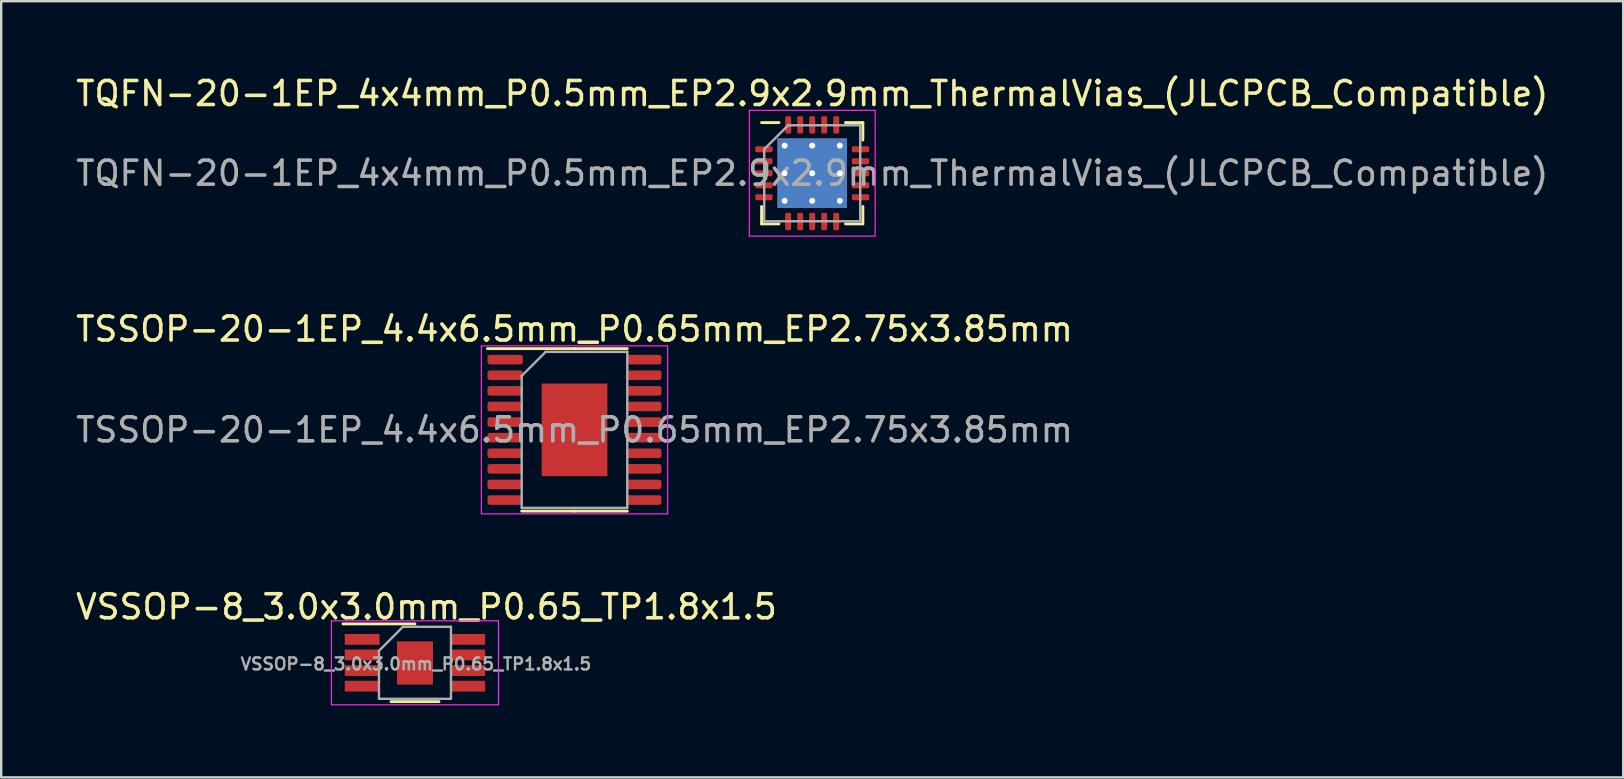
<source format=kicad_pcb>
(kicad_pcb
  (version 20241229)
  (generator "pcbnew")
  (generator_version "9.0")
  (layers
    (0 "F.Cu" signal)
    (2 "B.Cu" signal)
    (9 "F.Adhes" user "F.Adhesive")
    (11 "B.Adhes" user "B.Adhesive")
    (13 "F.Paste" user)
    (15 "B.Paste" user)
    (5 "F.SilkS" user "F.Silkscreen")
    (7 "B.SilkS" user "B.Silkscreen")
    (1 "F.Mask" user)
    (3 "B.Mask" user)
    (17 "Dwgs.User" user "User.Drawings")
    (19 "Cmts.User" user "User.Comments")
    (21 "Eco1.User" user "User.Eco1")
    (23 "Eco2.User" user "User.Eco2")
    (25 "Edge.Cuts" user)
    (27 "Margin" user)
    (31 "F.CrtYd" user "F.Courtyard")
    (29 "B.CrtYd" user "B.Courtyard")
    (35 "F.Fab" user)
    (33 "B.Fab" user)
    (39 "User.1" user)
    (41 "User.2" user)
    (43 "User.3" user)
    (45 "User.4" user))
  (footprint "TSSOP-20-1EP_4.4x6.5mm_P0.65mm_EP2.75x3.85mm"
    (layer "F.Cu")
    (at 20.887 14.861)
    (property "Reference" "TSSOP-20-1EP_4.4x6.5mm_P0.65mm_EP2.75x3.85mm" (at 0 -4.2 0) (layer "F.SilkS") (effects (font (size 1 1) (thickness 0.15))))
    (attr smd)
    (fp_line (start 0 -3.385) (end -3.625 -3.385) (stroke (width 0.12) (type solid)) (layer "F.SilkS"))
    (fp_line (start 0 -3.385) (end 2.2 -3.385) (stroke (width 0.12) (type solid)) (layer "F.SilkS"))
    (fp_line (start 0 3.385) (end -2.2 3.385) (stroke (width 0.12) (type solid)) (layer "F.SilkS"))
    (fp_line (start 0 3.385) (end 2.2 3.385) (stroke (width 0.12) (type solid)) (layer "F.SilkS"))
    (fp_line (start -3.88 -3.5) (end -3.88 3.5) (stroke (width 0.05) (type solid)) (layer "F.CrtYd"))
    (fp_line (start -3.88 3.5) (end 3.88 3.5) (stroke (width 0.05) (type solid)) (layer "F.CrtYd"))
    (fp_line (start 3.88 -3.5) (end -3.88 -3.5) (stroke (width 0.05) (type solid)) (layer "F.CrtYd"))
    (fp_line (start 3.88 3.5) (end 3.88 -3.5) (stroke (width 0.05) (type solid)) (layer "F.CrtYd"))
    (fp_line (start -2.2 -2.25) (end -1.2 -3.25) (stroke (width 0.1) (type solid)) (layer "F.Fab"))
    (fp_line (start -2.2 3.25) (end -2.2 -2.25) (stroke (width 0.1) (type solid)) (layer "F.Fab"))
    (fp_line (start -1.2 -3.25) (end 2.2 -3.25) (stroke (width 0.1) (type solid)) (layer "F.Fab"))
    (fp_line (start 2.2 -3.25) (end 2.2 3.25) (stroke (width 0.1) (type solid)) (layer "F.Fab"))
    (fp_line (start 2.2 3.25) (end -2.2 3.25) (stroke (width 0.1) (type solid)) (layer "F.Fab"))
    (fp_text user "${REFERENCE}" (at 0 0 0) (layer "F.Fab") (effects (font (size 1 1) (thickness 0.15))))
    (pad "" smd roundrect (at -0.703 -1.032) (size 1.195 1.735) (layers "F.Paste") (roundrect_rratio 0.25))
    (pad "" smd roundrect (at -0.703 1.032) (size 1.195 1.735) (layers "F.Paste") (roundrect_rratio 0.25))
    (pad "" smd roundrect (at 0.703 -1.032) (size 1.195 1.735) (layers "F.Paste") (roundrect_rratio 0.25))
    (pad "" smd roundrect (at 0.703 1.032) (size 1.195 1.735) (layers "F.Paste") (roundrect_rratio 0.25))
    (pad "1" smd roundrect (at -2.888 -2.925) (size 1.475 0.4) (layers "F.Cu" "F.Mask" "F.Paste") (roundrect_rratio 0.25))
    (pad "2" smd roundrect (at -2.888 -2.275) (size 1.475 0.4) (layers "F.Cu" "F.Mask" "F.Paste") (roundrect_rratio 0.25))
    (pad "3" smd roundrect (at -2.888 -1.625) (size 1.475 0.4) (layers "F.Cu" "F.Mask" "F.Paste") (roundrect_rratio 0.25))
    (pad "4" smd roundrect (at -2.888 -0.975) (size 1.475 0.4) (layers "F.Cu" "F.Mask" "F.Paste") (roundrect_rratio 0.25))
    (pad "5" smd roundrect (at -2.888 -0.325) (size 1.475 0.4) (layers "F.Cu" "F.Mask" "F.Paste") (roundrect_rratio 0.25))
    (pad "6" smd roundrect (at -2.888 0.325) (size 1.475 0.4) (layers "F.Cu" "F.Mask" "F.Paste") (roundrect_rratio 0.25))
    (pad "7" smd roundrect (at -2.888 0.975) (size 1.475 0.4) (layers "F.Cu" "F.Mask" "F.Paste") (roundrect_rratio 0.25))
    (pad "8" smd roundrect (at -2.888 1.625) (size 1.475 0.4) (layers "F.Cu" "F.Mask" "F.Paste") (roundrect_rratio 0.25))
    (pad "9" smd roundrect (at -2.888 2.275) (size 1.475 0.4) (layers "F.Cu" "F.Mask" "F.Paste") (roundrect_rratio 0.25))
    (pad "10" smd roundrect (at -2.888 2.925) (size 1.475 0.4) (layers "F.Cu" "F.Mask" "F.Paste") (roundrect_rratio 0.25))
    (pad "11" smd roundrect (at 2.888 2.925) (size 1.475 0.4) (layers "F.Cu" "F.Mask" "F.Paste") (roundrect_rratio 0.25))
    (pad "12" smd roundrect (at 2.888 2.275) (size 1.475 0.4) (layers "F.Cu" "F.Mask" "F.Paste") (roundrect_rratio 0.25))
    (pad "13" smd roundrect (at 2.888 1.625) (size 1.475 0.4) (layers "F.Cu" "F.Mask" "F.Paste") (roundrect_rratio 0.25))
    (pad "14" smd roundrect (at 2.888 0.975) (size 1.475 0.4) (layers "F.Cu" "F.Mask" "F.Paste") (roundrect_rratio 0.25))
    (pad "15" smd roundrect (at 2.888 0.325) (size 1.475 0.4) (layers "F.Cu" "F.Mask" "F.Paste") (roundrect_rratio 0.25))
    (pad "16" smd roundrect (at 2.888 -0.325) (size 1.475 0.4) (layers "F.Cu" "F.Mask" "F.Paste") (roundrect_rratio 0.25))
    (pad "17" smd roundrect (at 2.888 -0.975) (size 1.475 0.4) (layers "F.Cu" "F.Mask" "F.Paste") (roundrect_rratio 0.25))
    (pad "18" smd roundrect (at 2.888 -1.625) (size 1.475 0.4) (layers "F.Cu" "F.Mask" "F.Paste") (roundrect_rratio 0.25))
    (pad "19" smd roundrect (at 2.888 -2.275) (size 1.475 0.4) (layers "F.Cu" "F.Mask" "F.Paste") (roundrect_rratio 0.25))
    (pad "20" smd roundrect (at 2.888 -2.925) (size 1.475 0.4) (layers "F.Cu" "F.Mask" "F.Paste") (roundrect_rratio 0.25))
    (pad "21" smd rect (at 0 0) (size 2.74 3.86) (layers "F.Cu" "F.Mask")))
  (footprint "TQFN-20-1EP_4x4mm_P0.5mm_EP2.9x2.9mm_ThermalVias_(JLCPCB_Compatible)"
    (layer "F.Cu")
    (at 30.792 4.168)
    (property "Reference" "TQFN-20-1EP_4x4mm_P0.5mm_EP2.9x2.9mm_ThermalVias_(JLCPCB_Compatible)" (at 0 -3.32 0) (layer "F.SilkS") (effects (font (size 1 1) (thickness 0.15))))
    (attr smd)
    (fp_line (start -2.11 2.11) (end -2.11 1.385) (stroke (width 0.12) (type solid)) (layer "F.SilkS"))
    (fp_line (start -1.385 -2.11) (end -2.11 -2.11) (stroke (width 0.12) (type solid)) (layer "F.SilkS"))
    (fp_line (start -1.385 2.11) (end -2.11 2.11) (stroke (width 0.12) (type solid)) (layer "F.SilkS"))
    (fp_line (start 1.385 -2.11) (end 2.11 -2.11) (stroke (width 0.12) (type solid)) (layer "F.SilkS"))
    (fp_line (start 1.385 2.11) (end 2.11 2.11) (stroke (width 0.12) (type solid)) (layer "F.SilkS"))
    (fp_line (start 2.11 -2.11) (end 2.11 -1.385) (stroke (width 0.12) (type solid)) (layer "F.SilkS"))
    (fp_line (start 2.11 2.11) (end 2.11 1.385) (stroke (width 0.12) (type solid)) (layer "F.SilkS"))
    (fp_line (start -2.62 -2.62) (end -2.62 2.62) (stroke (width 0.05) (type solid)) (layer "F.CrtYd"))
    (fp_line (start -2.62 2.62) (end 2.62 2.62) (stroke (width 0.05) (type solid)) (layer "F.CrtYd"))
    (fp_line (start 2.62 -2.62) (end -2.62 -2.62) (stroke (width 0.05) (type solid)) (layer "F.CrtYd"))
    (fp_line (start 2.62 2.62) (end 2.62 -2.62) (stroke (width 0.05) (type solid)) (layer "F.CrtYd"))
    (fp_line (start -2 -1) (end -1 -2) (stroke (width 0.1) (type solid)) (layer "F.Fab"))
    (fp_line (start -2 2) (end -2 -1) (stroke (width 0.1) (type solid)) (layer "F.Fab"))
    (fp_line (start -1 -2) (end 2 -2) (stroke (width 0.1) (type solid)) (layer "F.Fab"))
    (fp_line (start 2 -2) (end 2 2) (stroke (width 0.1) (type solid)) (layer "F.Fab"))
    (fp_line (start 2 2) (end -2 2) (stroke (width 0.1) (type solid)) (layer "F.Fab"))
    (fp_text user "${REFERENCE}" (at 0 0 0) (layer "F.Fab") (effects (font (size 1 1) (thickness 0.15))))
    (pad "" smd roundrect (at -0.725 -0.725 180) (size 1.26 1.26) (layers "F.Paste") (roundrect_rratio 0.198))
    (pad "" smd roundrect (at -0.725 0.725) (size 1.26 1.26) (layers "F.Paste") (roundrect_rratio 0.198))
    (pad "" smd roundrect (at 0.725 -0.725) (size 1.26 1.26) (layers "F.Paste") (roundrect_rratio 0.198))
    (pad "" smd roundrect (at 0.725 0.725) (size 1.26 1.26) (layers "F.Paste") (roundrect_rratio 0.198))
    (pad "1" smd roundrect (at -2.013 -1) (size 0.725 0.25) (layers "F.Cu" "F.Mask" "F.Paste") (roundrect_rratio 0.25))
    (pad "2" smd roundrect (at -2.013 -0.5) (size 0.725 0.25) (layers "F.Cu" "F.Mask" "F.Paste") (roundrect_rratio 0.25))
    (pad "3" smd roundrect (at -2.013 0) (size 0.725 0.25) (layers "F.Cu" "F.Mask" "F.Paste") (roundrect_rratio 0.25))
    (pad "4" smd roundrect (at -2.013 0.5) (size 0.725 0.25) (layers "F.Cu" "F.Mask" "F.Paste") (roundrect_rratio 0.25))
    (pad "5" smd roundrect (at -2.013 1) (size 0.725 0.25) (layers "F.Cu" "F.Mask" "F.Paste") (roundrect_rratio 0.25))
    (pad "6" smd roundrect (at -1 2.013) (size 0.25 0.725) (layers "F.Cu" "F.Mask" "F.Paste") (roundrect_rratio 0.25))
    (pad "7" smd roundrect (at -0.5 2.013) (size 0.25 0.725) (layers "F.Cu" "F.Mask" "F.Paste") (roundrect_rratio 0.25))
    (pad "8" smd roundrect (at 0 2.013) (size 0.25 0.725) (layers "F.Cu" "F.Mask" "F.Paste") (roundrect_rratio 0.25))
    (pad "9" smd roundrect (at 0.5 2.013) (size 0.25 0.725) (layers "F.Cu" "F.Mask" "F.Paste") (roundrect_rratio 0.25))
    (pad "10" smd roundrect (at 1 2.013) (size 0.25 0.725) (layers "F.Cu" "F.Mask" "F.Paste") (roundrect_rratio 0.25))
    (pad "11" smd roundrect (at 2.013 1) (size 0.725 0.25) (layers "F.Cu" "F.Mask" "F.Paste") (roundrect_rratio 0.25))
    (pad "12" smd roundrect (at 2.013 0.5) (size 0.725 0.25) (layers "F.Cu" "F.Mask" "F.Paste") (roundrect_rratio 0.25))
    (pad "13" smd roundrect (at 2.013 0) (size 0.725 0.25) (layers "F.Cu" "F.Mask" "F.Paste") (roundrect_rratio 0.25))
    (pad "14" smd roundrect (at 2.013 -0.5) (size 0.725 0.25) (layers "F.Cu" "F.Mask" "F.Paste") (roundrect_rratio 0.25))
    (pad "15" smd roundrect (at 2.013 -1) (size 0.725 0.25) (layers "F.Cu" "F.Mask" "F.Paste") (roundrect_rratio 0.25))
    (pad "16" smd roundrect (at 1 -2.013) (size 0.25 0.725) (layers "F.Cu" "F.Mask" "F.Paste") (roundrect_rratio 0.25))
    (pad "17" smd roundrect (at 0.5 -2.013) (size 0.25 0.725) (layers "F.Cu" "F.Mask" "F.Paste") (roundrect_rratio 0.25))
    (pad "18" smd roundrect (at 0 -2.013) (size 0.25 0.725) (layers "F.Cu" "F.Mask" "F.Paste") (roundrect_rratio 0.25))
    (pad "19" smd roundrect (at -0.5 -2.013) (size 0.25 0.725) (layers "F.Cu" "F.Mask" "F.Paste") (roundrect_rratio 0.25))
    (pad "20" smd roundrect (at -1 -2.013) (size 0.25 0.725) (layers "F.Cu" "F.Mask" "F.Paste") (roundrect_rratio 0.25))
    (pad "21" thru_hole circle (at -1.15 -1.15) (size 0.55 0.55) (drill 0.25) (layers "*.Cu"))
    (pad "21" thru_hole circle (at -1.15 0) (size 0.55 0.55) (drill 0.25) (layers "*.Cu"))
    (pad "21" thru_hole circle (at -1.15 1.15) (size 0.55 0.55) (drill 0.25) (layers "*.Cu"))
    (pad "21" thru_hole circle (at 0 -1.15) (size 0.55 0.55) (drill 0.25) (layers "*.Cu"))
    (pad "21" thru_hole circle (at 0 0) (size 0.55 0.55) (drill 0.25) (layers "*.Cu"))
    (pad "21" smd rect (at 0 0) (size 2.9 2.9) (layers "F.Cu" "F.Mask"))
    (pad "21" smd rect (at 0 0) (size 2.9 2.9) (layers "B.Cu"))
    (pad "21" thru_hole circle (at 0 1.15) (size 0.55 0.55) (drill 0.25) (layers "*.Cu"))
    (pad "21" thru_hole circle (at 1.15 -1.15) (size 0.55 0.55) (drill 0.25) (layers "*.Cu"))
    (pad "21" thru_hole circle (at 1.15 0) (size 0.55 0.55) (drill 0.25) (layers "*.Cu"))
    (pad "21" thru_hole circle (at 1.15 1.15) (size 0.55 0.55) (drill 0.25) (layers "*.Cu")))
  (footprint "VSSOP-8_3.0x3.0mm_P0.65_TP1.8x1.5"
    (layer "F.Cu")
    (at 14.24 24.575)
    (property "Reference" "VSSOP-8_3.0x3.0mm_P0.65_TP1.8x1.5" (at 0.48 -2.34 0) (layer "F.SilkS") (effects (font (size 1 1) (thickness 0.15))))
    (attr through_hole)
    (fp_line (start 0 -1.63) (end -3 -1.63) (stroke (width 0.12) (type solid)) (layer "F.SilkS"))
    (fp_line (start 1 1.61) (end -1 1.61) (stroke (width 0.12) (type solid)) (layer "F.SilkS"))
    (fp_line (start -3.48 -1.76) (end 3.48 -1.76) (stroke (width 0.05) (type solid)) (layer "F.CrtYd"))
    (fp_line (start -3.48 1.74) (end -3.48 -1.76) (stroke (width 0.05) (type solid)) (layer "F.CrtYd"))
    (fp_line (start 3.48 -1.76) (end 3.48 1.74) (stroke (width 0.05) (type solid)) (layer "F.CrtYd"))
    (fp_line (start 3.48 1.74) (end -3.48 1.74) (stroke (width 0.05) (type solid)) (layer "F.CrtYd"))
    (fp_line (start -1.5 1.49) (end -1.5 -0.51) (stroke (width 0.1) (type solid)) (layer "F.Fab"))
    (fp_line (start -0.5 -1.51) (end -1.5 -0.51) (stroke (width 0.1) (type solid)) (layer "F.Fab"))
    (fp_line (start -0.5 -1.51) (end 1.5 -1.51) (stroke (width 0.1) (type solid)) (layer "F.Fab"))
    (fp_line (start 1.5 -1.51) (end 1.5 1.49) (stroke (width 0.1) (type solid)) (layer "F.Fab"))
    (fp_line (start 1.5 1.49) (end -1.5 1.49) (stroke (width 0.1) (type solid)) (layer "F.Fab"))
    (fp_text user "${REFERENCE}" (at 0.04 0.04 0) (layer "F.Fab") (effects (font (size 0.5 0.5) (thickness 0.1))))
    (pad "1" smd rect (at -2.2 -0.985 270) (size 0.45 1.45) (layers "F.Cu" "F.Mask" "F.Paste"))
    (pad "2" smd rect (at -2.2 -0.335 270) (size 0.45 1.45) (layers "F.Cu" "F.Mask" "F.Paste"))
    (pad "3" smd rect (at -2.2 0.315 270) (size 0.45 1.45) (layers "F.Cu" "F.Mask" "F.Paste"))
    (pad "4" smd rect (at -2.2 0.965 270) (size 0.45 1.45) (layers "F.Cu" "F.Mask" "F.Paste"))
    (pad "5" smd rect (at 2.2 0.965 270) (size 0.45 1.45) (layers "F.Cu" "F.Mask" "F.Paste"))
    (pad "6" smd rect (at 2.2 0.315 270) (size 0.45 1.45) (layers "F.Cu" "F.Mask" "F.Paste"))
    (pad "7" smd rect (at 2.2 -0.335 270) (size 0.45 1.45) (layers "F.Cu" "F.Mask" "F.Paste"))
    (pad "8" smd rect (at 2.2 -0.985 270) (size 0.45 1.45) (layers "F.Cu" "F.Mask" "F.Paste"))
    (pad "9" smd rect (at 0 0) (size 1.5 1.8) (layers "F.Cu" "F.Mask" "F.Paste")))
  (gr_rect
    (start -3 -3)
    (end 64.583 29.34)
    (stroke (width 0.1) (type default))
    (fill no)
    (layer "Edge.Cuts")))
</source>
